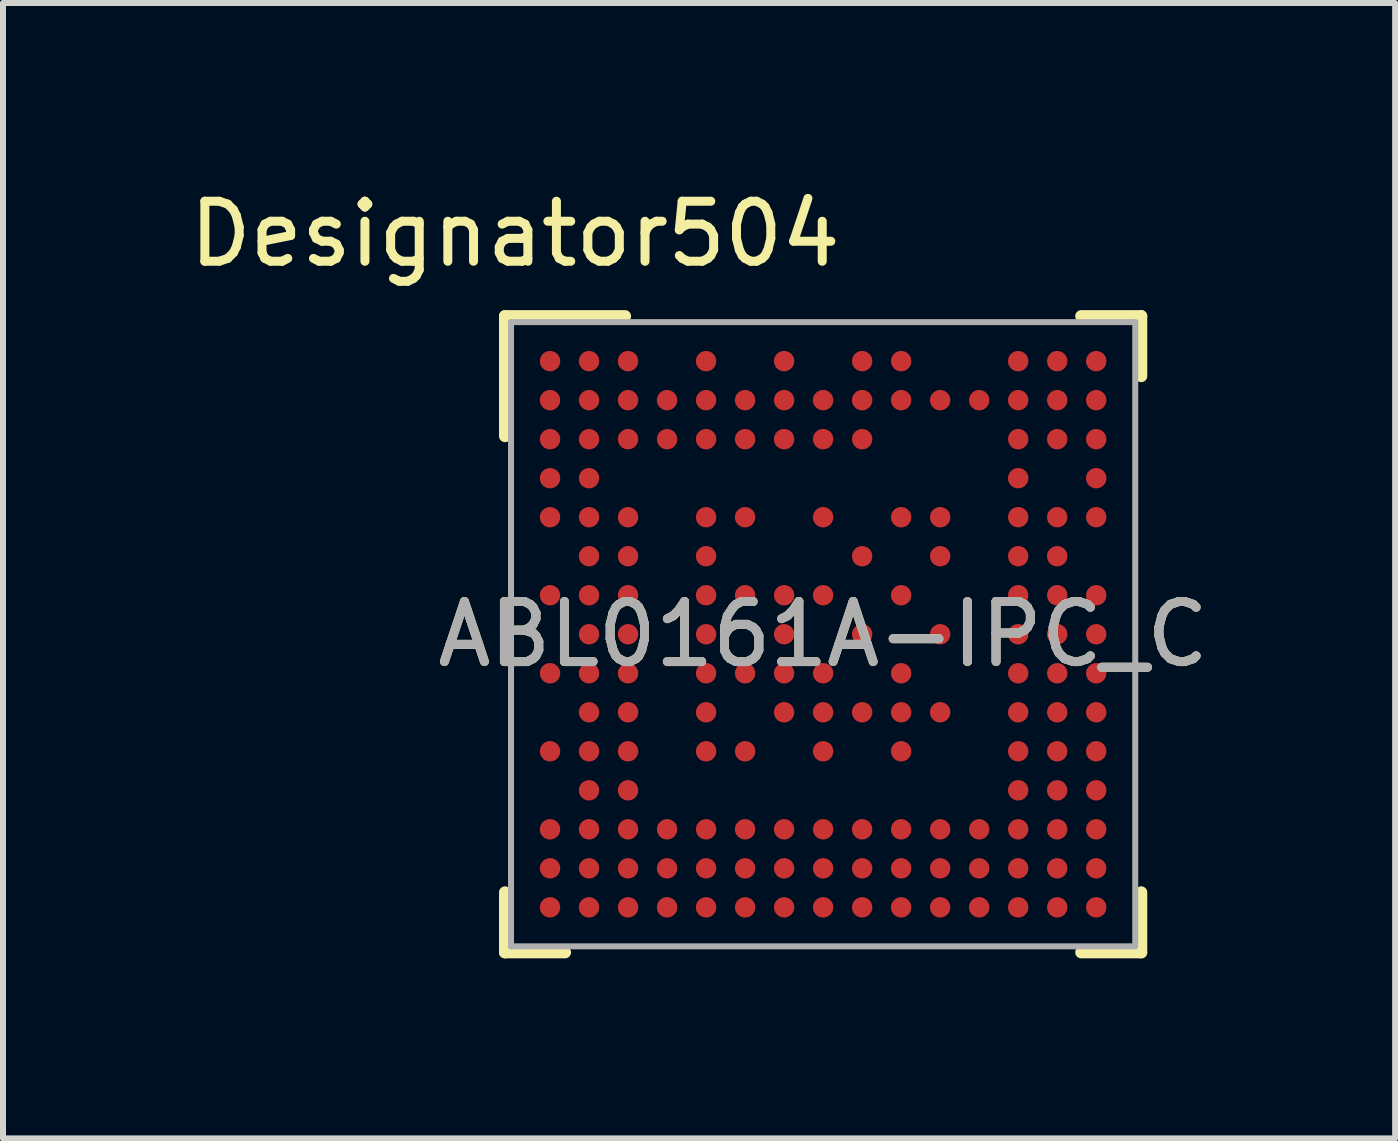
<source format=kicad_pcb>
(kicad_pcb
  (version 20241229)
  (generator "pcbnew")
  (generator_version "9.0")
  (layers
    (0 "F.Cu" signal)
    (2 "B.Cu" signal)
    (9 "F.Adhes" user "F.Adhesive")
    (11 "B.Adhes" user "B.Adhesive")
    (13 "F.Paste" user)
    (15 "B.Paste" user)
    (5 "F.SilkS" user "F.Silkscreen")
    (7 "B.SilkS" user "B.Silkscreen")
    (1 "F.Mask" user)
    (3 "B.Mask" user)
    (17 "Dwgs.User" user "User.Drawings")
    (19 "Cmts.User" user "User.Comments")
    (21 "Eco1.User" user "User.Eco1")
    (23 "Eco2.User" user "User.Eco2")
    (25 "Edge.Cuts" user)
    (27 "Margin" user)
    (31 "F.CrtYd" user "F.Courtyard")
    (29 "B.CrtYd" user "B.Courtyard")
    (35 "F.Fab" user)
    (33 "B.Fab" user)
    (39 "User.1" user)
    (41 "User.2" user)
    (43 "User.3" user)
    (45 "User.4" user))
  (footprint "ABL0161A-IPC_C"
    (layer "F.Cu")
    (at 10.664 7.517)
    (property "Reference" "ABL0161A-IPC_C" (at 0 0 0) (unlocked yes) (layer "F.SilkS") (effects (font (size 1 1) (thickness 0.15))))
    (attr smd)
    (fp_line (start -5.3 -5.3) (end -3.3 -5.3) (stroke (width 0.2) (type solid)) (layer "F.SilkS"))
    (fp_line (start -5.3 -3.3) (end -5.3 -5.3) (stroke (width 0.2) (type solid)) (layer "F.SilkS"))
    (fp_line (start -5.3 5.3) (end -5.3 4.3) (stroke (width 0.2) (type solid)) (layer "F.SilkS"))
    (fp_line (start -5.3 5.3) (end -4.3 5.3) (stroke (width 0.2) (type solid)) (layer "F.SilkS"))
    (fp_line (start 4.3 -5.3) (end 5.3 -5.3) (stroke (width 0.2) (type solid)) (layer "F.SilkS"))
    (fp_line (start 4.3 5.3) (end 5.3 5.3) (stroke (width 0.2) (type solid)) (layer "F.SilkS"))
    (fp_line (start 5.3 -4.3) (end 5.3 -5.3) (stroke (width 0.2) (type solid)) (layer "F.SilkS"))
    (fp_line (start 5.3 5.3) (end 5.3 4.3) (stroke (width 0.2) (type solid)) (layer "F.SilkS"))
    (fp_line (start -5.2 -5.2) (end 5.2 -5.2) (stroke (width 0.1) (type solid)) (layer "F.Fab"))
    (fp_line (start -5.2 5.2) (end -5.2 -5.2) (stroke (width 0.1) (type solid)) (layer "F.Fab"))
    (fp_line (start -5.2 5.2) (end 5.2 5.2) (stroke (width 0.1) (type solid)) (layer "F.Fab"))
    (fp_line (start 5.2 5.2) (end 5.2 -5.2) (stroke (width 0.1) (type solid)) (layer "F.Fab"))
    (fp_text user "Designator504" (at -5.134 -6.669 0) (unlocked yes) (layer "F.SilkS") (effects (font (size 1 1) (thickness 0.15))))
    (fp_text user "${REFERENCE}" (at 0 0 0) (unlocked yes) (layer "F.Fab") (effects (font (size 1 1) (thickness 0.15))))
    (pad "A1" smd circle (at -4.55 -4.55) (size 0.34 0.34) (layers "F.Cu" "F.Mask" "F.Paste"))
    (pad "A2" smd circle (at -3.9 -4.55) (size 0.34 0.34) (layers "F.Cu" "F.Mask" "F.Paste"))
    (pad "A3" smd circle (at -3.25 -4.55) (size 0.34 0.34) (layers "F.Cu" "F.Mask" "F.Paste"))
    (pad "A5" smd circle (at -1.95 -4.55) (size 0.34 0.34) (layers "F.Cu" "F.Mask" "F.Paste"))
    (pad "A7" smd circle (at -0.65 -4.55) (size 0.34 0.34) (layers "F.Cu" "F.Mask" "F.Paste"))
    (pad "A9" smd circle (at 0.65 -4.55) (size 0.34 0.34) (layers "F.Cu" "F.Mask" "F.Paste"))
    (pad "A10" smd circle (at 1.3 -4.55) (size 0.34 0.34) (layers "F.Cu" "F.Mask" "F.Paste"))
    (pad "A13" smd circle (at 3.25 -4.55) (size 0.34 0.34) (layers "F.Cu" "F.Mask" "F.Paste"))
    (pad "A14" smd circle (at 3.9 -4.55) (size 0.34 0.34) (layers "F.Cu" "F.Mask" "F.Paste"))
    (pad "A15" smd circle (at 4.55 -4.55) (size 0.34 0.34) (layers "F.Cu" "F.Mask" "F.Paste"))
    (pad "B1" smd circle (at -4.55 -3.9) (size 0.34 0.34) (layers "F.Cu" "F.Mask" "F.Paste"))
    (pad "B2" smd circle (at -3.9 -3.9) (size 0.34 0.34) (layers "F.Cu" "F.Mask" "F.Paste"))
    (pad "B3" smd circle (at -3.25 -3.9) (size 0.34 0.34) (layers "F.Cu" "F.Mask" "F.Paste"))
    (pad "B4" smd circle (at -2.6 -3.9) (size 0.34 0.34) (layers "F.Cu" "F.Mask" "F.Paste"))
    (pad "B5" smd circle (at -1.95 -3.9) (size 0.34 0.34) (layers "F.Cu" "F.Mask" "F.Paste"))
    (pad "B6" smd circle (at -1.3 -3.9) (size 0.34 0.34) (layers "F.Cu" "F.Mask" "F.Paste"))
    (pad "B7" smd circle (at -0.65 -3.9) (size 0.34 0.34) (layers "F.Cu" "F.Mask" "F.Paste"))
    (pad "B8" smd circle (at 0 -3.9) (size 0.34 0.34) (layers "F.Cu" "F.Mask" "F.Paste"))
    (pad "B9" smd circle (at 0.65 -3.9) (size 0.34 0.34) (layers "F.Cu" "F.Mask" "F.Paste"))
    (pad "B10" smd circle (at 1.3 -3.9) (size 0.34 0.34) (layers "F.Cu" "F.Mask" "F.Paste"))
    (pad "B11" smd circle (at 1.95 -3.9) (size 0.34 0.34) (layers "F.Cu" "F.Mask" "F.Paste"))
    (pad "B12" smd circle (at 2.6 -3.9) (size 0.34 0.34) (layers "F.Cu" "F.Mask" "F.Paste"))
    (pad "B13" smd circle (at 3.25 -3.9) (size 0.34 0.34) (layers "F.Cu" "F.Mask" "F.Paste"))
    (pad "B14" smd circle (at 3.9 -3.9) (size 0.34 0.34) (layers "F.Cu" "F.Mask" "F.Paste"))
    (pad "B15" smd circle (at 4.55 -3.9) (size 0.34 0.34) (layers "F.Cu" "F.Mask" "F.Paste"))
    (pad "C1" smd circle (at -4.55 -3.25) (size 0.34 0.34) (layers "F.Cu" "F.Mask" "F.Paste"))
    (pad "C2" smd circle (at -3.9 -3.25) (size 0.34 0.34) (layers "F.Cu" "F.Mask" "F.Paste"))
    (pad "C3" smd circle (at -3.25 -3.25) (size 0.34 0.34) (layers "F.Cu" "F.Mask" "F.Paste"))
    (pad "C4" smd circle (at -2.6 -3.25) (size 0.34 0.34) (layers "F.Cu" "F.Mask" "F.Paste"))
    (pad "C5" smd circle (at -1.95 -3.25) (size 0.34 0.34) (layers "F.Cu" "F.Mask" "F.Paste"))
    (pad "C6" smd circle (at -1.3 -3.25) (size 0.34 0.34) (layers "F.Cu" "F.Mask" "F.Paste"))
    (pad "C7" smd circle (at -0.65 -3.25) (size 0.34 0.34) (layers "F.Cu" "F.Mask" "F.Paste"))
    (pad "C8" smd circle (at 0 -3.25) (size 0.34 0.34) (layers "F.Cu" "F.Mask" "F.Paste"))
    (pad "C9" smd circle (at 0.65 -3.25) (size 0.34 0.34) (layers "F.Cu" "F.Mask" "F.Paste"))
    (pad "C13" smd circle (at 3.25 -3.25) (size 0.34 0.34) (layers "F.Cu" "F.Mask" "F.Paste"))
    (pad "C14" smd circle (at 3.9 -3.25) (size 0.34 0.34) (layers "F.Cu" "F.Mask" "F.Paste"))
    (pad "C15" smd circle (at 4.55 -3.25) (size 0.34 0.34) (layers "F.Cu" "F.Mask" "F.Paste"))
    (pad "D1" smd circle (at -4.55 -2.6) (size 0.34 0.34) (layers "F.Cu" "F.Mask" "F.Paste"))
    (pad "D2" smd circle (at -3.9 -2.6) (size 0.34 0.34) (layers "F.Cu" "F.Mask" "F.Paste"))
    (pad "D13" smd circle (at 3.25 -2.6) (size 0.34 0.34) (layers "F.Cu" "F.Mask" "F.Paste"))
    (pad "D15" smd circle (at 4.55 -2.6) (size 0.34 0.34) (layers "F.Cu" "F.Mask" "F.Paste"))
    (pad "E1" smd circle (at -4.55 -1.95) (size 0.34 0.34) (layers "F.Cu" "F.Mask" "F.Paste"))
    (pad "E2" smd circle (at -3.9 -1.95) (size 0.34 0.34) (layers "F.Cu" "F.Mask" "F.Paste"))
    (pad "E3" smd circle (at -3.25 -1.95) (size 0.34 0.34) (layers "F.Cu" "F.Mask" "F.Paste"))
    (pad "E5" smd circle (at -1.95 -1.95) (size 0.34 0.34) (layers "F.Cu" "F.Mask" "F.Paste"))
    (pad "E6" smd circle (at -1.3 -1.95) (size 0.34 0.34) (layers "F.Cu" "F.Mask" "F.Paste"))
    (pad "E8" smd circle (at 0 -1.95) (size 0.34 0.34) (layers "F.Cu" "F.Mask" "F.Paste"))
    (pad "E10" smd circle (at 1.3 -1.95) (size 0.34 0.34) (layers "F.Cu" "F.Mask" "F.Paste"))
    (pad "E11" smd circle (at 1.95 -1.95) (size 0.34 0.34) (layers "F.Cu" "F.Mask" "F.Paste"))
    (pad "E13" smd circle (at 3.25 -1.95) (size 0.34 0.34) (layers "F.Cu" "F.Mask" "F.Paste"))
    (pad "E14" smd circle (at 3.9 -1.95) (size 0.34 0.34) (layers "F.Cu" "F.Mask" "F.Paste"))
    (pad "E15" smd circle (at 4.55 -1.95) (size 0.34 0.34) (layers "F.Cu" "F.Mask" "F.Paste"))
    (pad "F2" smd circle (at -3.9 -1.3) (size 0.34 0.34) (layers "F.Cu" "F.Mask" "F.Paste"))
    (pad "F3" smd circle (at -3.25 -1.3) (size 0.34 0.34) (layers "F.Cu" "F.Mask" "F.Paste"))
    (pad "F5" smd circle (at -1.95 -1.3) (size 0.34 0.34) (layers "F.Cu" "F.Mask" "F.Paste"))
    (pad "F9" smd circle (at 0.65 -1.3) (size 0.34 0.34) (layers "F.Cu" "F.Mask" "F.Paste"))
    (pad "F11" smd circle (at 1.95 -1.3) (size 0.34 0.34) (layers "F.Cu" "F.Mask" "F.Paste"))
    (pad "F13" smd circle (at 3.25 -1.3) (size 0.34 0.34) (layers "F.Cu" "F.Mask" "F.Paste"))
    (pad "F14" smd circle (at 3.9 -1.3) (size 0.34 0.34) (layers "F.Cu" "F.Mask" "F.Paste"))
    (pad "G1" smd circle (at -4.55 -0.65) (size 0.34 0.34) (layers "F.Cu" "F.Mask" "F.Paste"))
    (pad "G2" smd circle (at -3.9 -0.65) (size 0.34 0.34) (layers "F.Cu" "F.Mask" "F.Paste"))
    (pad "G3" smd circle (at -3.25 -0.65) (size 0.34 0.34) (layers "F.Cu" "F.Mask" "F.Paste"))
    (pad "G5" smd circle (at -1.95 -0.65) (size 0.34 0.34) (layers "F.Cu" "F.Mask" "F.Paste"))
    (pad "G6" smd circle (at -1.3 -0.65) (size 0.34 0.34) (layers "F.Cu" "F.Mask" "F.Paste"))
    (pad "G7" smd circle (at -0.65 -0.65) (size 0.34 0.34) (layers "F.Cu" "F.Mask" "F.Paste"))
    (pad "G8" smd circle (at 0 -0.65) (size 0.34 0.34) (layers "F.Cu" "F.Mask" "F.Paste"))
    (pad "G10" smd circle (at 1.3 -0.65) (size 0.34 0.34) (layers "F.Cu" "F.Mask" "F.Paste"))
    (pad "G13" smd circle (at 3.25 -0.65) (size 0.34 0.34) (layers "F.Cu" "F.Mask" "F.Paste"))
    (pad "G14" smd circle (at 3.9 -0.65) (size 0.34 0.34) (layers "F.Cu" "F.Mask" "F.Paste"))
    (pad "G15" smd circle (at 4.55 -0.65) (size 0.34 0.34) (layers "F.Cu" "F.Mask" "F.Paste"))
    (pad "H2" smd circle (at -3.9 0) (size 0.34 0.34) (layers "F.Cu" "F.Mask" "F.Paste"))
    (pad "H3" smd circle (at -3.25 0) (size 0.34 0.34) (layers "F.Cu" "F.Mask" "F.Paste"))
    (pad "H5" smd circle (at -1.95 0) (size 0.34 0.34) (layers "F.Cu" "F.Mask" "F.Paste"))
    (pad "H7" smd circle (at -0.65 0) (size 0.34 0.34) (layers "F.Cu" "F.Mask" "F.Paste"))
    (pad "H9" smd circle (at 0.65 0) (size 0.34 0.34) (layers "F.Cu" "F.Mask" "F.Paste"))
    (pad "H11" smd circle (at 1.95 0) (size 0.34 0.34) (layers "F.Cu" "F.Mask" "F.Paste"))
    (pad "H13" smd circle (at 3.25 0) (size 0.34 0.34) (layers "F.Cu" "F.Mask" "F.Paste"))
    (pad "H14" smd circle (at 3.9 0) (size 0.34 0.34) (layers "F.Cu" "F.Mask" "F.Paste"))
    (pad "H15" smd circle (at 4.55 0) (size 0.34 0.34) (layers "F.Cu" "F.Mask" "F.Paste"))
    (pad "J1" smd circle (at -4.55 0.65) (size 0.34 0.34) (layers "F.Cu" "F.Mask" "F.Paste"))
    (pad "J2" smd circle (at -3.9 0.65) (size 0.34 0.34) (layers "F.Cu" "F.Mask" "F.Paste"))
    (pad "J3" smd circle (at -3.25 0.65) (size 0.34 0.34) (layers "F.Cu" "F.Mask" "F.Paste"))
    (pad "J5" smd circle (at -1.95 0.65) (size 0.34 0.34) (layers "F.Cu" "F.Mask" "F.Paste"))
    (pad "J6" smd circle (at -1.3 0.65) (size 0.34 0.34) (layers "F.Cu" "F.Mask" "F.Paste"))
    (pad "J7" smd circle (at -0.65 0.65) (size 0.34 0.34) (layers "F.Cu" "F.Mask" "F.Paste"))
    (pad "J8" smd circle (at 0 0.65) (size 0.34 0.34) (layers "F.Cu" "F.Mask" "F.Paste"))
    (pad "J10" smd circle (at 1.3 0.65) (size 0.34 0.34) (layers "F.Cu" "F.Mask" "F.Paste"))
    (pad "J13" smd circle (at 3.25 0.65) (size 0.34 0.34) (layers "F.Cu" "F.Mask" "F.Paste"))
    (pad "J14" smd circle (at 3.9 0.65) (size 0.34 0.34) (layers "F.Cu" "F.Mask" "F.Paste"))
    (pad "J15" smd circle (at 4.55 0.65) (size 0.34 0.34) (layers "F.Cu" "F.Mask" "F.Paste"))
    (pad "K2" smd circle (at -3.9 1.3) (size 0.34 0.34) (layers "F.Cu" "F.Mask" "F.Paste"))
    (pad "K3" smd circle (at -3.25 1.3) (size 0.34 0.34) (layers "F.Cu" "F.Mask" "F.Paste"))
    (pad "K5" smd circle (at -1.95 1.3) (size 0.34 0.34) (layers "F.Cu" "F.Mask" "F.Paste"))
    (pad "K7" smd circle (at -0.65 1.3) (size 0.34 0.34) (layers "F.Cu" "F.Mask" "F.Paste"))
    (pad "K8" smd circle (at 0 1.3) (size 0.34 0.34) (layers "F.Cu" "F.Mask" "F.Paste"))
    (pad "K9" smd circle (at 0.65 1.3) (size 0.34 0.34) (layers "F.Cu" "F.Mask" "F.Paste"))
    (pad "K10" smd circle (at 1.3 1.3) (size 0.34 0.34) (layers "F.Cu" "F.Mask" "F.Paste"))
    (pad "K11" smd circle (at 1.95 1.3) (size 0.34 0.34) (layers "F.Cu" "F.Mask" "F.Paste"))
    (pad "K13" smd circle (at 3.25 1.3) (size 0.34 0.34) (layers "F.Cu" "F.Mask" "F.Paste"))
    (pad "K14" smd circle (at 3.9 1.3) (size 0.34 0.34) (layers "F.Cu" "F.Mask" "F.Paste"))
    (pad "K15" smd circle (at 4.55 1.3) (size 0.34 0.34) (layers "F.Cu" "F.Mask" "F.Paste"))
    (pad "L1" smd circle (at -4.55 1.95) (size 0.34 0.34) (layers "F.Cu" "F.Mask" "F.Paste"))
    (pad "L2" smd circle (at -3.9 1.95) (size 0.34 0.34) (layers "F.Cu" "F.Mask" "F.Paste"))
    (pad "L3" smd circle (at -3.25 1.95) (size 0.34 0.34) (layers "F.Cu" "F.Mask" "F.Paste"))
    (pad "L5" smd circle (at -1.95 1.95) (size 0.34 0.34) (layers "F.Cu" "F.Mask" "F.Paste"))
    (pad "L6" smd circle (at -1.3 1.95) (size 0.34 0.34) (layers "F.Cu" "F.Mask" "F.Paste"))
    (pad "L8" smd circle (at 0 1.95) (size 0.34 0.34) (layers "F.Cu" "F.Mask" "F.Paste"))
    (pad "L10" smd circle (at 1.3 1.95) (size 0.34 0.34) (layers "F.Cu" "F.Mask" "F.Paste"))
    (pad "L13" smd circle (at 3.25 1.95) (size 0.34 0.34) (layers "F.Cu" "F.Mask" "F.Paste"))
    (pad "L14" smd circle (at 3.9 1.95) (size 0.34 0.34) (layers "F.Cu" "F.Mask" "F.Paste"))
    (pad "L15" smd circle (at 4.55 1.95) (size 0.34 0.34) (layers "F.Cu" "F.Mask" "F.Paste"))
    (pad "M2" smd circle (at -3.9 2.6) (size 0.34 0.34) (layers "F.Cu" "F.Mask" "F.Paste"))
    (pad "M3" smd circle (at -3.25 2.6) (size 0.34 0.34) (layers "F.Cu" "F.Mask" "F.Paste"))
    (pad "M13" smd circle (at 3.25 2.6) (size 0.34 0.34) (layers "F.Cu" "F.Mask" "F.Paste"))
    (pad "M14" smd circle (at 3.9 2.6) (size 0.34 0.34) (layers "F.Cu" "F.Mask" "F.Paste"))
    (pad "M15" smd circle (at 4.55 2.6) (size 0.34 0.34) (layers "F.Cu" "F.Mask" "F.Paste"))
    (pad "N1" smd circle (at -4.55 3.25) (size 0.34 0.34) (layers "F.Cu" "F.Mask" "F.Paste"))
    (pad "N2" smd circle (at -3.9 3.25) (size 0.34 0.34) (layers "F.Cu" "F.Mask" "F.Paste"))
    (pad "N3" smd circle (at -3.25 3.25) (size 0.34 0.34) (layers "F.Cu" "F.Mask" "F.Paste"))
    (pad "N4" smd circle (at -2.6 3.25) (size 0.34 0.34) (layers "F.Cu" "F.Mask" "F.Paste"))
    (pad "N5" smd circle (at -1.95 3.25) (size 0.34 0.34) (layers "F.Cu" "F.Mask" "F.Paste"))
    (pad "N6" smd circle (at -1.3 3.25) (size 0.34 0.34) (layers "F.Cu" "F.Mask" "F.Paste"))
    (pad "N7" smd circle (at -0.65 3.25) (size 0.34 0.34) (layers "F.Cu" "F.Mask" "F.Paste"))
    (pad "N8" smd circle (at 0 3.25) (size 0.34 0.34) (layers "F.Cu" "F.Mask" "F.Paste"))
    (pad "N9" smd circle (at 0.65 3.25) (size 0.34 0.34) (layers "F.Cu" "F.Mask" "F.Paste"))
    (pad "N10" smd circle (at 1.3 3.25) (size 0.34 0.34) (layers "F.Cu" "F.Mask" "F.Paste"))
    (pad "N11" smd circle (at 1.95 3.25) (size 0.34 0.34) (layers "F.Cu" "F.Mask" "F.Paste"))
    (pad "N12" smd circle (at 2.6 3.25) (size 0.34 0.34) (layers "F.Cu" "F.Mask" "F.Paste"))
    (pad "N13" smd circle (at 3.25 3.25) (size 0.34 0.34) (layers "F.Cu" "F.Mask" "F.Paste"))
    (pad "N14" smd circle (at 3.9 3.25) (size 0.34 0.34) (layers "F.Cu" "F.Mask" "F.Paste"))
    (pad "N15" smd circle (at 4.55 3.25) (size 0.34 0.34) (layers "F.Cu" "F.Mask" "F.Paste"))
    (pad "P1" smd circle (at -4.55 3.9) (size 0.34 0.34) (layers "F.Cu" "F.Mask" "F.Paste"))
    (pad "P2" smd circle (at -3.9 3.9) (size 0.34 0.34) (layers "F.Cu" "F.Mask" "F.Paste"))
    (pad "P3" smd circle (at -3.25 3.9) (size 0.34 0.34) (layers "F.Cu" "F.Mask" "F.Paste"))
    (pad "P4" smd circle (at -2.6 3.9) (size 0.34 0.34) (layers "F.Cu" "F.Mask" "F.Paste"))
    (pad "P5" smd circle (at -1.95 3.9) (size 0.34 0.34) (layers "F.Cu" "F.Mask" "F.Paste"))
    (pad "P6" smd circle (at -1.3 3.9) (size 0.34 0.34) (layers "F.Cu" "F.Mask" "F.Paste"))
    (pad "P7" smd circle (at -0.65 3.9) (size 0.34 0.34) (layers "F.Cu" "F.Mask" "F.Paste"))
    (pad "P8" smd circle (at 0 3.9) (size 0.34 0.34) (layers "F.Cu" "F.Mask" "F.Paste"))
    (pad "P9" smd circle (at 0.65 3.9) (size 0.34 0.34) (layers "F.Cu" "F.Mask" "F.Paste"))
    (pad "P10" smd circle (at 1.3 3.9) (size 0.34 0.34) (layers "F.Cu" "F.Mask" "F.Paste"))
    (pad "P11" smd circle (at 1.95 3.9) (size 0.34 0.34) (layers "F.Cu" "F.Mask" "F.Paste"))
    (pad "P12" smd circle (at 2.6 3.9) (size 0.34 0.34) (layers "F.Cu" "F.Mask" "F.Paste"))
    (pad "P13" smd circle (at 3.25 3.9) (size 0.34 0.34) (layers "F.Cu" "F.Mask" "F.Paste"))
    (pad "P14" smd circle (at 3.9 3.9) (size 0.34 0.34) (layers "F.Cu" "F.Mask" "F.Paste"))
    (pad "P15" smd circle (at 4.55 3.9) (size 0.34 0.34) (layers "F.Cu" "F.Mask" "F.Paste"))
    (pad "R1" smd circle (at -4.55 4.55) (size 0.34 0.34) (layers "F.Cu" "F.Mask" "F.Paste"))
    (pad "R2" smd circle (at -3.9 4.55) (size 0.34 0.34) (layers "F.Cu" "F.Mask" "F.Paste"))
    (pad "R3" smd circle (at -3.25 4.55) (size 0.34 0.34) (layers "F.Cu" "F.Mask" "F.Paste"))
    (pad "R4" smd circle (at -2.6 4.55) (size 0.34 0.34) (layers "F.Cu" "F.Mask" "F.Paste"))
    (pad "R5" smd circle (at -1.95 4.55) (size 0.34 0.34) (layers "F.Cu" "F.Mask" "F.Paste"))
    (pad "R6" smd circle (at -1.3 4.55) (size 0.34 0.34) (layers "F.Cu" "F.Mask" "F.Paste"))
    (pad "R7" smd circle (at -0.65 4.55) (size 0.34 0.34) (layers "F.Cu" "F.Mask" "F.Paste"))
    (pad "R8" smd circle (at 0 4.55) (size 0.34 0.34) (layers "F.Cu" "F.Mask" "F.Paste"))
    (pad "R9" smd circle (at 0.65 4.55) (size 0.34 0.34) (layers "F.Cu" "F.Mask" "F.Paste"))
    (pad "R10" smd circle (at 1.3 4.55) (size 0.34 0.34) (layers "F.Cu" "F.Mask" "F.Paste"))
    (pad "R11" smd circle (at 1.95 4.55) (size 0.34 0.34) (layers "F.Cu" "F.Mask" "F.Paste"))
    (pad "R12" smd circle (at 2.6 4.55) (size 0.34 0.34) (layers "F.Cu" "F.Mask" "F.Paste"))
    (pad "R13" smd circle (at 3.25 4.55) (size 0.34 0.34) (layers "F.Cu" "F.Mask" "F.Paste"))
    (pad "R14" smd circle (at 3.9 4.55) (size 0.34 0.34) (layers "F.Cu" "F.Mask" "F.Paste"))
    (pad "R15" smd circle (at 4.55 4.55) (size 0.34 0.34) (layers "F.Cu" "F.Mask" "F.Paste")))
  (gr_rect
    (start -3 -3)
    (end 20.194 15.917)
    (stroke (width 0.1) (type default))
    (fill no)
    (layer "Edge.Cuts")))
</source>
